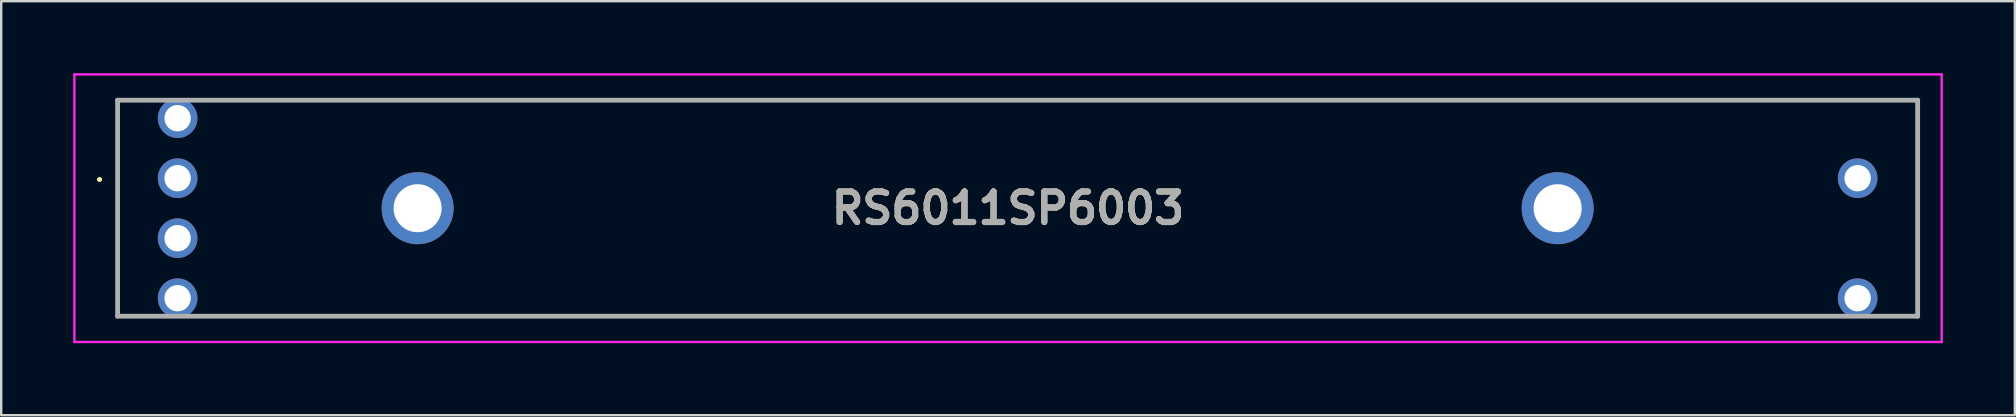
<source format=kicad_pcb>
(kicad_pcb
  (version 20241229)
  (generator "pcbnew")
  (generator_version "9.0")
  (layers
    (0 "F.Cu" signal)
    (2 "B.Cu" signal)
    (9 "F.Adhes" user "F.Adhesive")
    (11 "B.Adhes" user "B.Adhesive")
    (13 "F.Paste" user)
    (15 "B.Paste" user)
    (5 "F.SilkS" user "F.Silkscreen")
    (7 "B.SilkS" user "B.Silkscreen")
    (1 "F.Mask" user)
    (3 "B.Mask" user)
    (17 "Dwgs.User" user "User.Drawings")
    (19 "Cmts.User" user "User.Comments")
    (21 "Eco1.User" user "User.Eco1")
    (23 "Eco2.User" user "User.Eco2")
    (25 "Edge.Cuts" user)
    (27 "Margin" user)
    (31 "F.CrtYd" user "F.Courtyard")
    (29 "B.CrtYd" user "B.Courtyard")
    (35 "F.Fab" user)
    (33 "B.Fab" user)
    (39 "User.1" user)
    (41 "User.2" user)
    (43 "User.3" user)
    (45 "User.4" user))
  (footprint "RS6011SP6003"
    (layer "F.Cu")
    (at 4.35 4.375)
    (property "Reference" "RS6011SP6003" (at 34.6 1.25 0) (layer "F.SilkS") (effects (font (size 1.27 1.27) (thickness 0.254))))
    (attr through_hole)
    (fp_line (start -3.3 0.05) (end -3.3 0.05) (stroke (width 0.1) (type solid)) (layer "F.SilkS"))
    (fp_line (start -3.3 0.05) (end -3.3 0.05) (stroke (width 0.1) (type solid)) (layer "F.SilkS"))
    (fp_line (start -3.2 0.05) (end -3.2 0.05) (stroke (width 0.1) (type solid)) (layer "F.SilkS"))
    (fp_line (start -2.5 -3.25) (end -2.5 -3.25) (stroke (width 0.1) (type solid)) (layer "F.SilkS"))
    (fp_line (start -2.5 -3.25) (end -2.5 -3.25) (stroke (width 0.1) (type solid)) (layer "F.SilkS"))
    (fp_line (start -2.5 -3.25) (end -2.5 5.75) (stroke (width 0.1) (type solid)) (layer "F.SilkS"))
    (fp_line (start -2.5 -3.25) (end -1.5 -3.25) (stroke (width 0.1) (type solid)) (layer "F.SilkS"))
    (fp_line (start -2.5 5.75) (end -2.5 -3.25) (stroke (width 0.1) (type solid)) (layer "F.SilkS"))
    (fp_line (start -2.5 5.75) (end -2.5 5.75) (stroke (width 0.1) (type solid)) (layer "F.SilkS"))
    (fp_line (start -2.5 5.75) (end -2.5 5.75) (stroke (width 0.1) (type solid)) (layer "F.SilkS"))
    (fp_line (start -2.5 5.75) (end -1.5 5.75) (stroke (width 0.1) (type solid)) (layer "F.SilkS"))
    (fp_line (start -1.5 -3.25) (end -2.5 -3.25) (stroke (width 0.1) (type solid)) (layer "F.SilkS"))
    (fp_line (start -1.5 -3.25) (end -1.5 -3.25) (stroke (width 0.1) (type solid)) (layer "F.SilkS"))
    (fp_line (start -1.5 5.75) (end -2.5 5.75) (stroke (width 0.1) (type solid)) (layer "F.SilkS"))
    (fp_line (start -1.5 5.75) (end -1.5 5.75) (stroke (width 0.1) (type solid)) (layer "F.SilkS"))
    (fp_line (start 1.5 -3.25) (end 1.5 -3.25) (stroke (width 0.1) (type solid)) (layer "F.SilkS"))
    (fp_line (start 1.5 -3.25) (end 72.5 -3.25) (stroke (width 0.1) (type solid)) (layer "F.SilkS"))
    (fp_line (start 1.5 5.75) (end 1.5 5.75) (stroke (width 0.1) (type solid)) (layer "F.SilkS"))
    (fp_line (start 1.5 5.75) (end 68.5 5.75) (stroke (width 0.1) (type solid)) (layer "F.SilkS"))
    (fp_line (start 68.5 5.75) (end 1.5 5.75) (stroke (width 0.1) (type solid)) (layer "F.SilkS"))
    (fp_line (start 68.5 5.75) (end 68.5 5.75) (stroke (width 0.1) (type solid)) (layer "F.SilkS"))
    (fp_line (start 71.5 5.75) (end 71.5 5.75) (stroke (width 0.1) (type solid)) (layer "F.SilkS"))
    (fp_line (start 71.5 5.75) (end 72.5 5.75) (stroke (width 0.1) (type solid)) (layer "F.SilkS"))
    (fp_line (start 72.5 -3.25) (end 1.5 -3.25) (stroke (width 0.1) (type solid)) (layer "F.SilkS"))
    (fp_line (start 72.5 -3.25) (end 72.5 -3.25) (stroke (width 0.1) (type solid)) (layer "F.SilkS"))
    (fp_line (start 72.5 -3.25) (end 72.5 -3.25) (stroke (width 0.1) (type solid)) (layer "F.SilkS"))
    (fp_line (start 72.5 -3.25) (end 72.5 5.75) (stroke (width 0.1) (type solid)) (layer "F.SilkS"))
    (fp_line (start 72.5 5.75) (end 71.5 5.75) (stroke (width 0.1) (type solid)) (layer "F.SilkS"))
    (fp_line (start 72.5 5.75) (end 72.5 -3.25) (stroke (width 0.1) (type solid)) (layer "F.SilkS"))
    (fp_line (start 72.5 5.75) (end 72.5 5.75) (stroke (width 0.1) (type solid)) (layer "F.SilkS"))
    (fp_line (start 72.5 5.75) (end 72.5 5.75) (stroke (width 0.1) (type solid)) (layer "F.SilkS"))
    (fp_arc (start -3.3 0.05) (mid -3.25 0) (end -3.2 0.05) (stroke (width 0.1) (type solid)) (layer "F.SilkS"))
    (fp_arc (start -3.2 0.05) (mid -3.25 0.1) (end -3.3 0.05) (stroke (width 0.1) (type solid)) (layer "F.SilkS"))
    (fp_arc (start -3.2 0.05) (mid -3.25 0.1) (end -3.3 0.05) (stroke (width 0.1) (type solid)) (layer "F.SilkS"))
    (fp_line (start -4.3 -4.325) (end 73.5 -4.325) (stroke (width 0.1) (type solid)) (layer "F.CrtYd"))
    (fp_line (start -4.3 6.825) (end -4.3 -4.325) (stroke (width 0.1) (type solid)) (layer "F.CrtYd"))
    (fp_line (start 73.5 -4.325) (end 73.5 6.825) (stroke (width 0.1) (type solid)) (layer "F.CrtYd"))
    (fp_line (start 73.5 6.825) (end -4.3 6.825) (stroke (width 0.1) (type solid)) (layer "F.CrtYd"))
    (fp_line (start -2.5 -3.25) (end -2.5 5.75) (stroke (width 0.2) (type solid)) (layer "F.Fab"))
    (fp_line (start -2.5 5.75) (end 72.5 5.75) (stroke (width 0.2) (type solid)) (layer "F.Fab"))
    (fp_line (start 72.5 -3.25) (end -2.5 -3.25) (stroke (width 0.2) (type solid)) (layer "F.Fab"))
    (fp_line (start 72.5 5.75) (end 72.5 -3.25) (stroke (width 0.2) (type solid)) (layer "F.Fab"))
    (fp_text user "${REFERENCE}" (at 34.6 1.25 0) (layer "F.Fab") (effects (font (size 1.27 1.27) (thickness 0.254))))
    (pad "1" thru_hole circle (at 0 0) (size 1.65 1.65) (drill 1.1) (layers "*.Cu" "*.Mask"))
    (pad "2" thru_hole circle (at 0 -2.5) (size 1.65 1.65) (drill 1.1) (layers "*.Cu" "*.Mask"))
    (pad "3" thru_hole circle (at 70 0) (size 1.65 1.65) (drill 1.1) (layers "*.Cu" "*.Mask"))
    (pad "L1" thru_hole circle (at 0 5) (size 1.65 1.65) (drill 1.1) (layers "*.Cu" "*.Mask"))
    (pad "L2" thru_hole circle (at 0 2.5) (size 1.65 1.65) (drill 1.1) (layers "*.Cu" "*.Mask"))
    (pad "L3" thru_hole circle (at 70 5) (size 1.65 1.65) (drill 1.1) (layers "*.Cu" "*.Mask"))
    (pad "MH1" thru_hole circle (at 10 1.25) (size 3 3) (drill 2) (layers "*.Cu" "*.Mask"))
    (pad "MH2" thru_hole circle (at 57.5 1.25) (size 3 3) (drill 2) (layers "*.Cu" "*.Mask")))
  (gr_rect
    (start -3 -3)
    (end 80.9 14.25)
    (stroke (width 0.1) (type default))
    (fill no)
    (layer "Edge.Cuts")))
</source>
